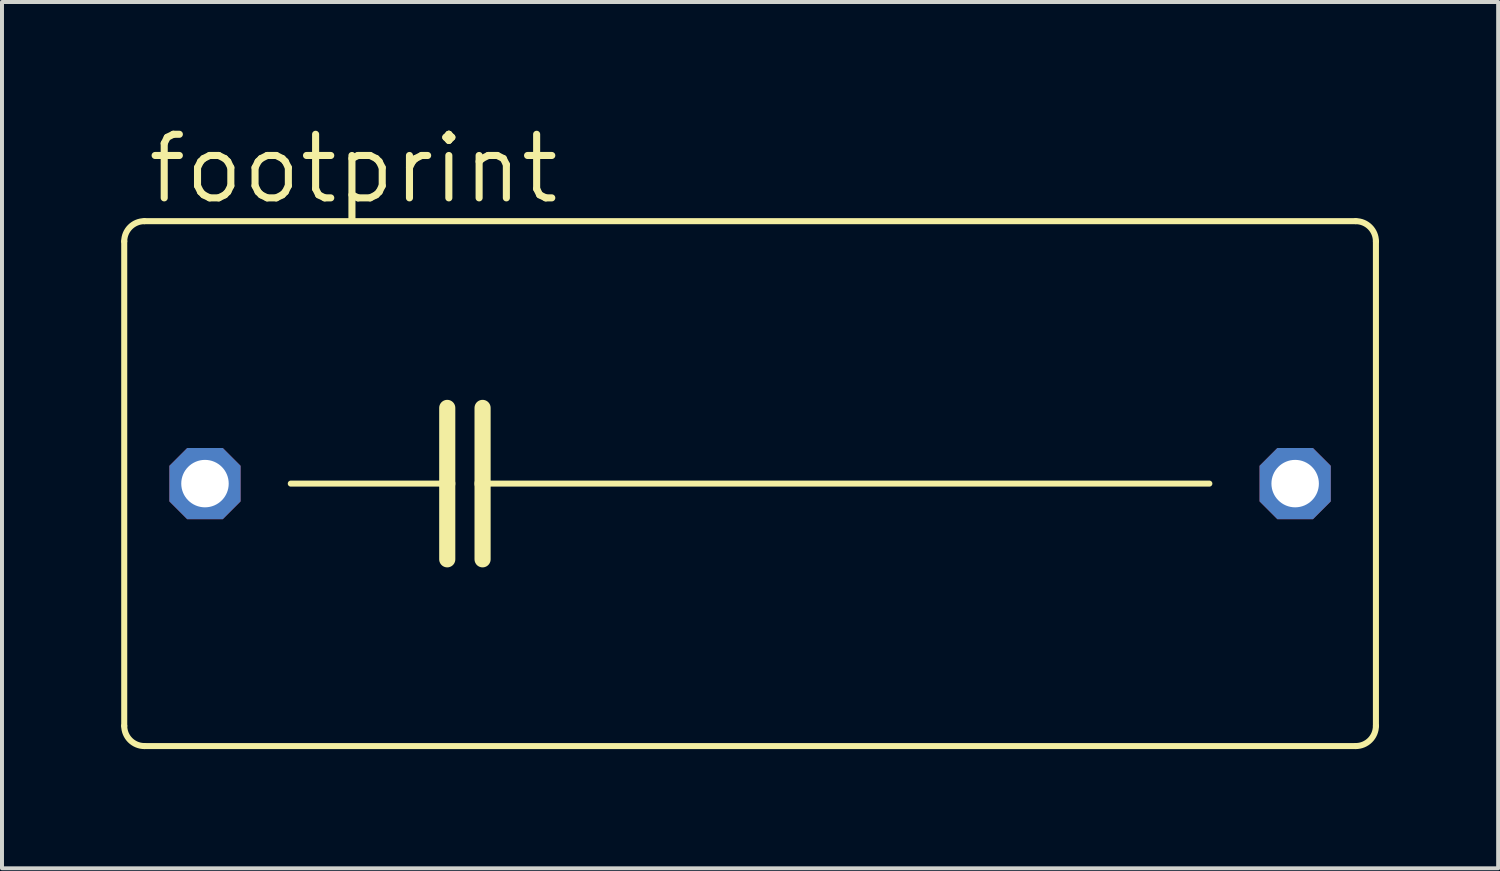
<source format=kicad_pcb>
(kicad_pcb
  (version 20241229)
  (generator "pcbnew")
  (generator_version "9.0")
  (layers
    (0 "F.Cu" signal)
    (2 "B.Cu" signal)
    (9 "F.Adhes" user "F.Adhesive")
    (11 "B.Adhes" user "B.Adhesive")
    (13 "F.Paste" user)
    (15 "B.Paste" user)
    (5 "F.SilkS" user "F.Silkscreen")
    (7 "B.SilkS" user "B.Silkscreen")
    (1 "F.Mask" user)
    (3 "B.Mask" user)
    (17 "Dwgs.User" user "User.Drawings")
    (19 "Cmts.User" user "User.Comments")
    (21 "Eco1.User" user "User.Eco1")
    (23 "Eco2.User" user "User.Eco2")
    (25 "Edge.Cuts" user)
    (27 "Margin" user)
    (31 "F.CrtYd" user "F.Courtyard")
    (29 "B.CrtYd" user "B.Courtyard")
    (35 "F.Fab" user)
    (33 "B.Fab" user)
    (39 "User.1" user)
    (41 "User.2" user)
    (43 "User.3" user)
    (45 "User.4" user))
  (footprint "footprint"
    (layer "F.Cu")
    (at 15.824 9.119)
    (property "Reference" "footprint" (at -15.24 -6.985 0) (layer "F.SilkS") (effects (font (size 1.6 1.6) (thickness 0.178)) (justify left bottom)))
    (fp_line (start -15.748 6.096) (end -15.748 -6.096) (stroke (width 0.152) (type solid)) (layer "F.SilkS"))
    (fp_line (start -15.24 -6.604) (end 15.24 -6.604) (stroke (width 0.152) (type solid)) (layer "F.SilkS"))
    (fp_line (start -11.557 0) (end -7.62 0) (stroke (width 0.152) (type solid)) (layer "F.SilkS"))
    (fp_line (start -7.62 -1.905) (end -7.62 0) (stroke (width 0.406) (type solid)) (layer "F.SilkS"))
    (fp_line (start -7.62 0) (end -7.62 1.905) (stroke (width 0.406) (type solid)) (layer "F.SilkS"))
    (fp_line (start -6.731 -1.905) (end -6.731 0) (stroke (width 0.406) (type solid)) (layer "F.SilkS"))
    (fp_line (start -6.731 0) (end -6.731 1.905) (stroke (width 0.406) (type solid)) (layer "F.SilkS"))
    (fp_line (start -6.731 0) (end 11.557 0) (stroke (width 0.152) (type solid)) (layer "F.SilkS"))
    (fp_line (start 15.24 6.604) (end -15.24 6.604) (stroke (width 0.152) (type solid)) (layer "F.SilkS"))
    (fp_line (start 15.748 -6.096) (end 15.748 6.096) (stroke (width 0.152) (type solid)) (layer "F.SilkS"))
    (fp_arc (start -15.748 -6.096) (mid -15.59921 -6.45521) (end -15.24 -6.604) (stroke (width 0.1524) (type solid)) (layer "F.SilkS"))
    (fp_arc (start -15.24 6.604) (mid -15.59921 6.45521) (end -15.748 6.096) (stroke (width 0.1524) (type solid)) (layer "F.SilkS"))
    (fp_arc (start 15.24 -6.604) (mid 15.59921 -6.45521) (end 15.748 -6.096) (stroke (width 0.1524) (type solid)) (layer "F.SilkS"))
    (fp_arc (start 15.748 6.096) (mid 15.59921 6.45521) (end 15.24 6.604) (stroke (width 0.1524) (type solid)) (layer "F.SilkS"))
    (pad "1" thru_hole roundrect (at -13.716 0) (size 1.791 1.791) (drill 1.194) (layers "*.Cu" "*.Mask") (roundrect_rratio 0.25) (chamfer_ratio 0.25) (chamfer top_left top_right bottom_left bottom_right))
    (pad "2" thru_hole roundrect (at 13.716 0) (size 1.791 1.791) (drill 1.194) (layers "*.Cu" "*.Mask") (roundrect_rratio 0.25) (chamfer_ratio 0.25) (chamfer top_left top_right bottom_left bottom_right)))
  (gr_rect
    (start -3 -3)
    (end 34.648 18.799)
    (stroke (width 0.1) (type default))
    (fill no)
    (layer "Edge.Cuts")))
</source>
